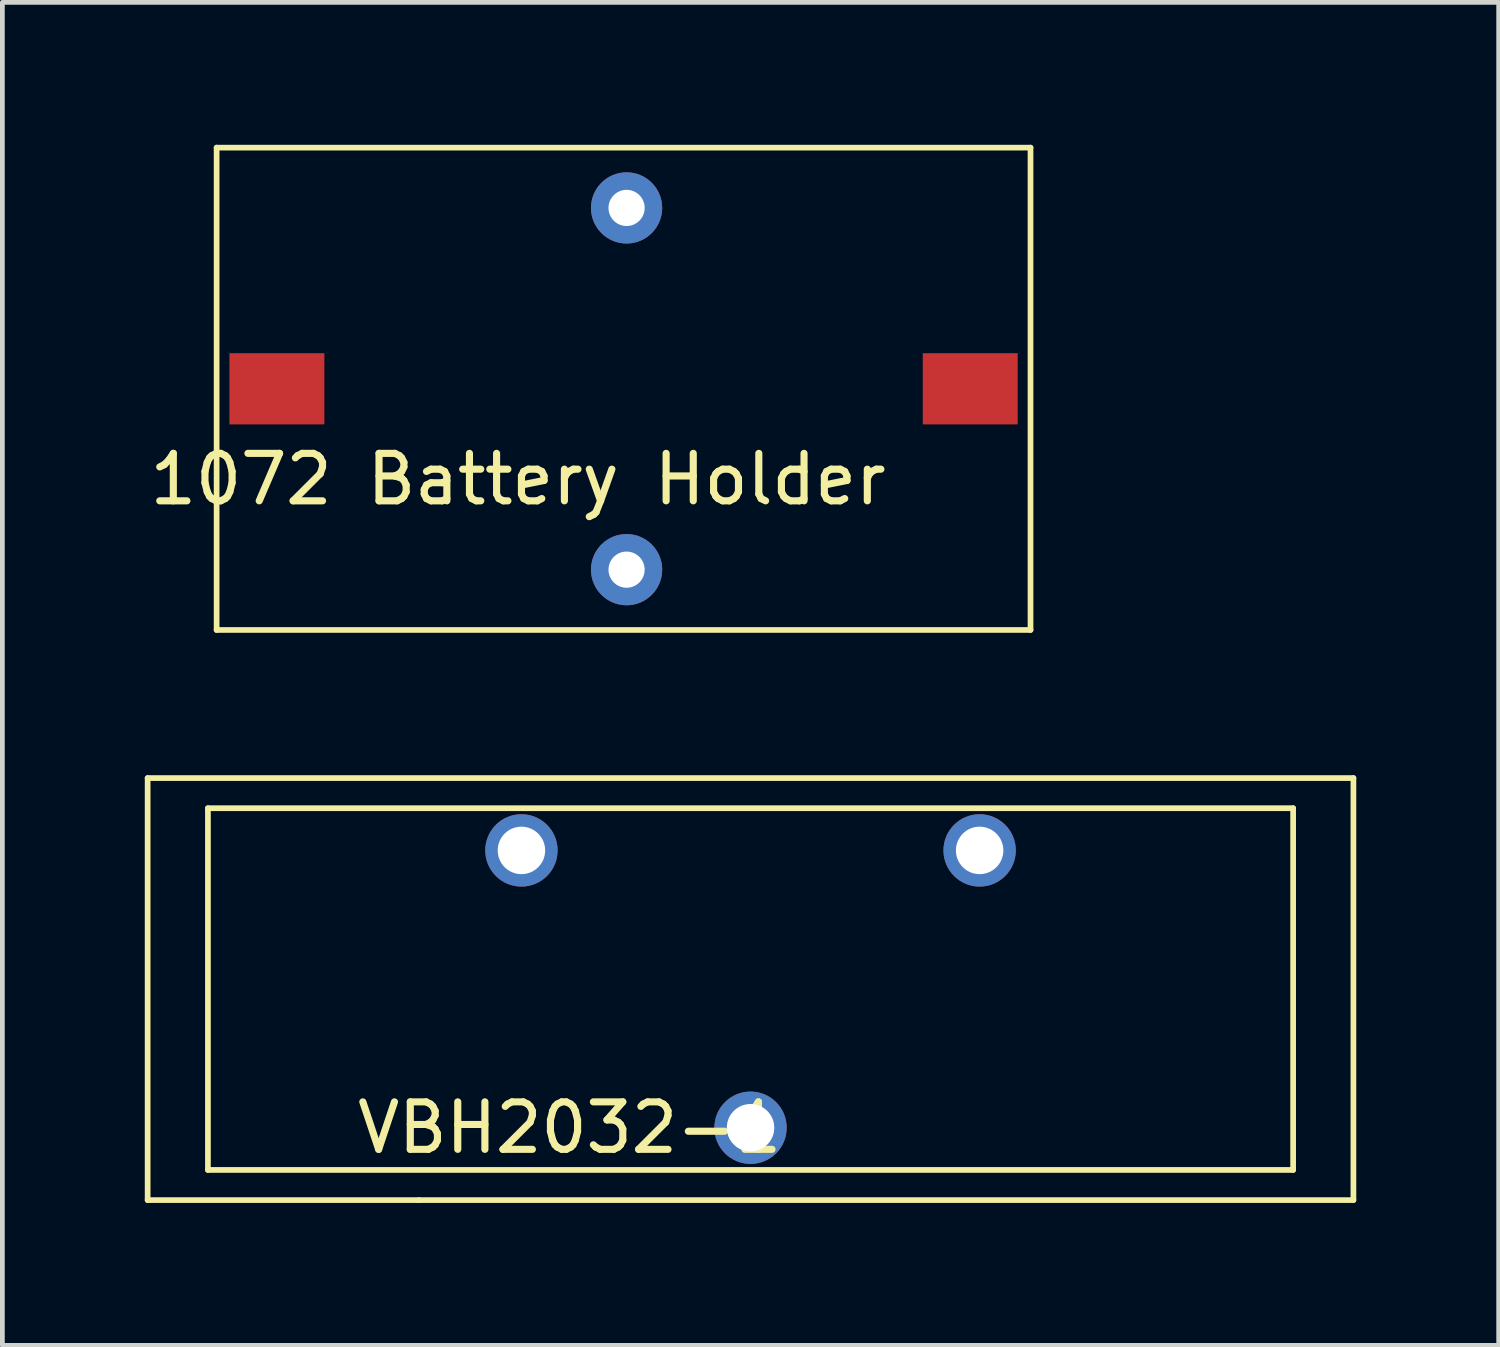
<source format=kicad_pcb>
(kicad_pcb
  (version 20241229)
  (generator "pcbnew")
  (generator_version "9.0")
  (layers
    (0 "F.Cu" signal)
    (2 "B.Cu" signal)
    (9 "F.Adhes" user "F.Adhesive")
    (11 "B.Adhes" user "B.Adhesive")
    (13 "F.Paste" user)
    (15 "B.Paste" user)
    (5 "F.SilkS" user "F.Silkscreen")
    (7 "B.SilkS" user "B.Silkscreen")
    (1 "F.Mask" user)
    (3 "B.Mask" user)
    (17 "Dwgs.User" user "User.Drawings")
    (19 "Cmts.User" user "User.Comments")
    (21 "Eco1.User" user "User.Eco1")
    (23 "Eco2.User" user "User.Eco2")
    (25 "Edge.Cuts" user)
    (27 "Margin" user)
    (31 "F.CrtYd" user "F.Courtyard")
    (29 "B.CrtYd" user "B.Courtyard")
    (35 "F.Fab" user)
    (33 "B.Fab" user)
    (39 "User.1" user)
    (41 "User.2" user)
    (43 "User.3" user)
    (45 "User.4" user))
  (footprint "1072 Battery Holder"
    (layer "F.Cu")
    (at 7.863 5.14)
    (property "Reference" "1072 Battery Holder" (at 0 1.905 0) (layer "F.SilkS") (effects (font (size 1 1) (thickness 0.15))))
    (attr through_hole)
    (fp_line (start -6.35 -5.08) (end 10.795 -5.08) (stroke (width 0.12) (type solid)) (layer "F.SilkS"))
    (fp_line (start -6.35 5.08) (end -6.35 -5.08) (stroke (width 0.12) (type solid)) (layer "F.SilkS"))
    (fp_line (start 10.795 -5.08) (end 10.795 5.08) (stroke (width 0.12) (type solid)) (layer "F.SilkS"))
    (fp_line (start 10.795 5.08) (end -6.35 5.08) (stroke (width 0.12) (type solid)) (layer "F.SilkS"))
    (pad "1" smd rect (at -5.08 0) (size 2 1.5) (layers "F.Cu" "F.Mask" "F.Paste"))
    (pad "2" smd rect (at 9.525 0) (size 2 1.5) (layers "F.Cu" "F.Mask" "F.Paste"))
    (pad "3" thru_hole circle (at 2.286 -3.81) (size 1.5 1.5) (drill 0.762) (layers "*.Cu" "*.Mask"))
    (pad "4" thru_hole circle (at 2.286 3.81) (size 1.5 1.5) (drill 0.762) (layers "*.Cu" "*.Mask")))
  (footprint "VBH2032-1"
    (layer "F.Cu")
    (at 8.95 18.42)
    (property "Reference" "VBH2032-1" (at 0 2.286 0) (layer "F.SilkS") (effects (font (size 1 1) (thickness 0.15))))
    (attr through_hole)
    (fp_line (start -8.89 -5.08) (end 16.51 -5.08) (stroke (width 0.12) (type solid)) (layer "F.SilkS"))
    (fp_line (start -8.89 3.81) (end -8.89 -5.08) (stroke (width 0.12) (type solid)) (layer "F.SilkS"))
    (fp_line (start -7.62 -4.445) (end 15.24 -4.445) (stroke (width 0.12) (type solid)) (layer "F.SilkS"))
    (fp_line (start -7.62 3.175) (end -7.62 -4.445) (stroke (width 0.12) (type solid)) (layer "F.SilkS"))
    (fp_line (start -3.175 3.81) (end -8.89 3.81) (stroke (width 0.12) (type solid)) (layer "F.SilkS"))
    (fp_line (start -3.175 3.81) (end 16.51 3.81) (stroke (width 0.12) (type solid)) (layer "F.SilkS"))
    (fp_line (start 15.24 -4.445) (end 15.24 3.175) (stroke (width 0.12) (type solid)) (layer "F.SilkS"))
    (fp_line (start 15.24 3.175) (end -7.62 3.175) (stroke (width 0.12) (type solid)) (layer "F.SilkS"))
    (fp_line (start 16.51 3.81) (end 16.51 -5.08) (stroke (width 0.12) (type solid)) (layer "F.SilkS"))
    (pad "1" thru_hole circle (at -1.016 -3.556) (size 1.524 1.524) (drill 1) (layers "*.Cu" "*.Mask"))
    (pad "2" thru_hole circle (at 8.636 -3.556) (size 1.524 1.524) (drill 1) (layers "*.Cu" "*.Mask"))
    (pad "3" thru_hole circle (at 3.81 2.286) (size 1.524 1.524) (drill 1) (layers "*.Cu" "*.Mask")))
  (gr_rect
    (start -3 -3)
    (end 28.52 25.29)
    (stroke (width 0.1) (type default))
    (fill no)
    (layer "Edge.Cuts")))
</source>
